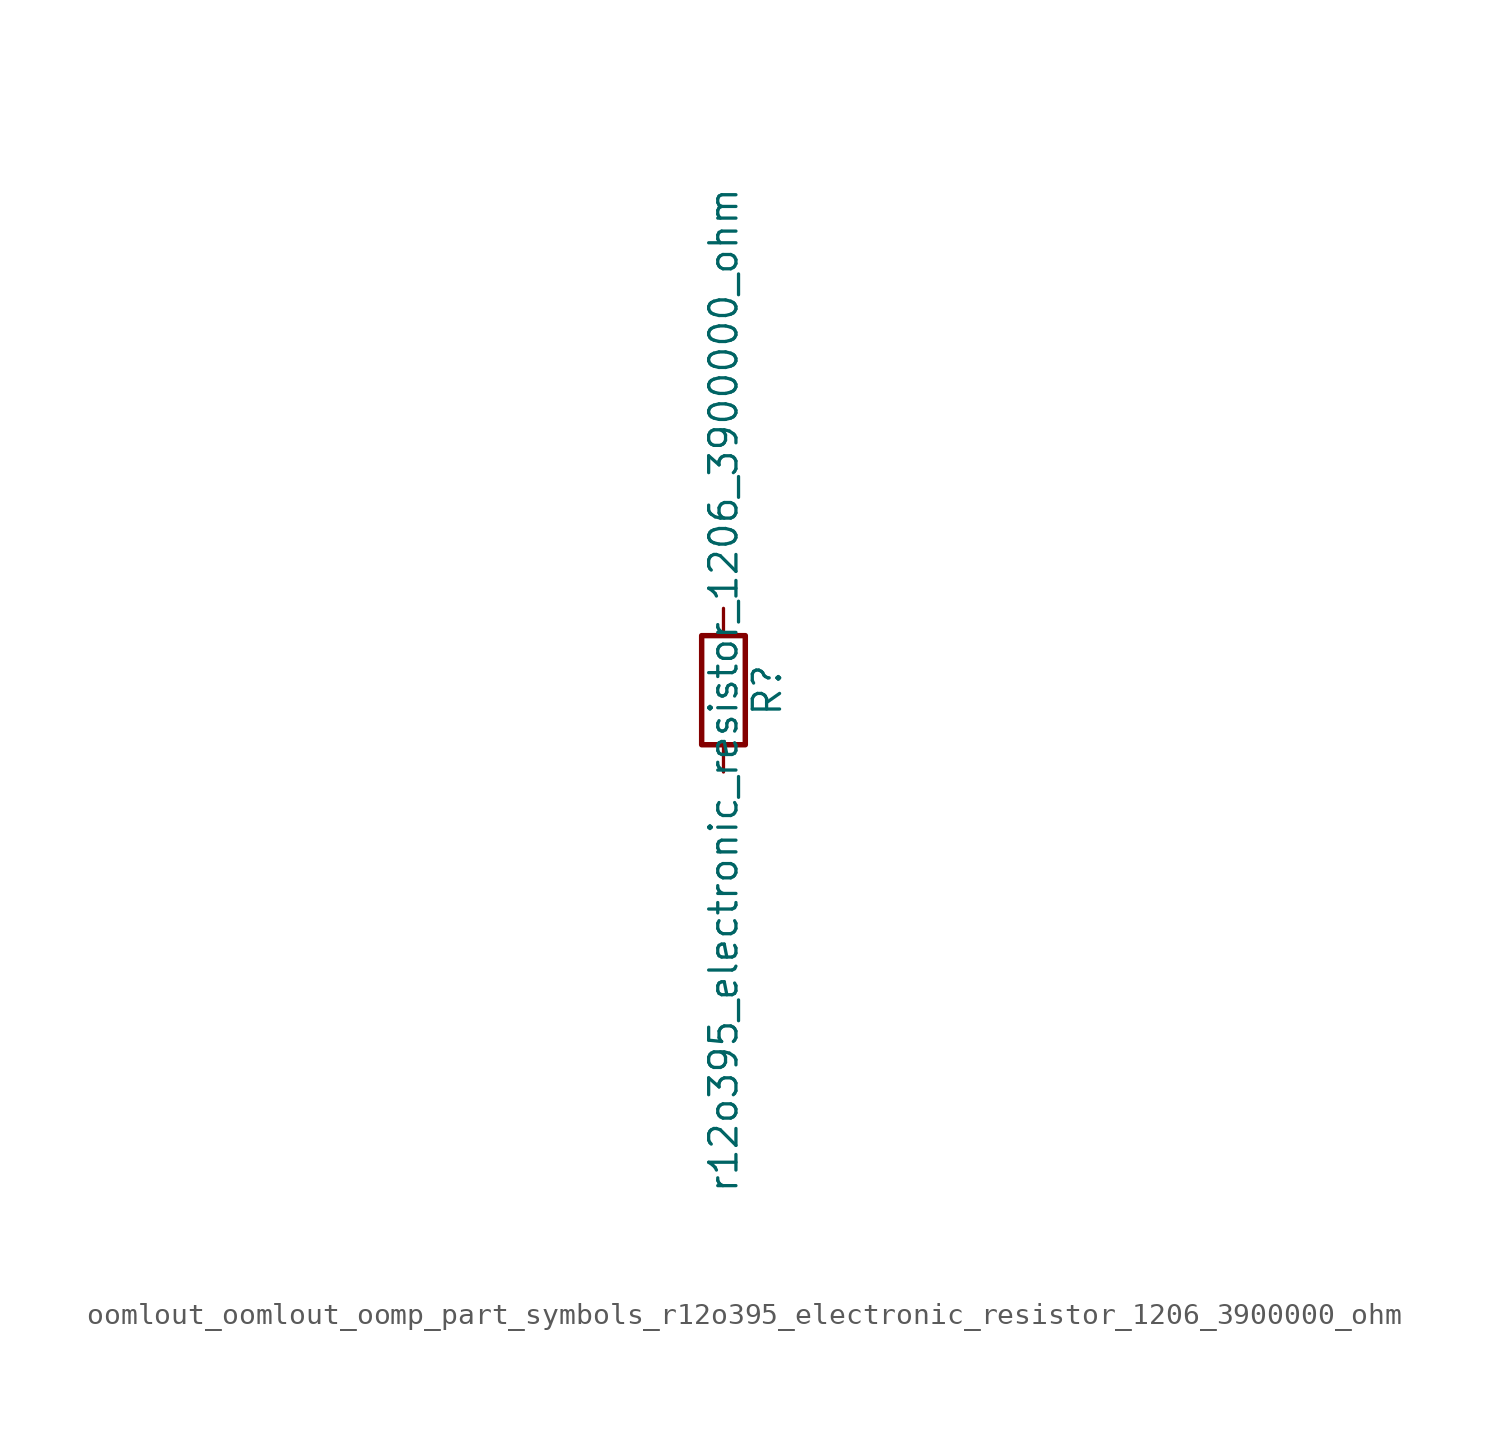
<source format=kicad_sym>
(kicad_symbol_lib
  (version 20220914)
  (generator kicad_symbol_editor)
  (symbol "oomlout_oomlout_oomp_part_symbols_r12o395_electronic_resistor_1206_3900000_ohm"
    (pin_numbers hide)
    (pin_names
      (offset 0))
    (property "Reference" "R"
      (at 2.032 0 90)
      (effects (font (size 1.27 1.27))))
    (property "Value" "r12o395_electronic_resistor_1206_3900000_ohm"
      (at 0 0 90)
      (effects (font (size 1.27 1.27))))
    (symbol "oomlout_oomlout_oomp_part_symbols_r12o395_electronic_resistor_1206_3900000_ohm_0_1"
      (rectangle (start -1.016 -2.54) (end 1.016 2.54) (stroke (width 0.254) (type default)) (fill (type none))))
    (symbol "oomlout_oomlout_oomp_part_symbols_r12o395_electronic_resistor_1206_3900000_ohm_1_1"
      (pin passive line (at 0 3.81 270) (length 1.27) (name "~" (effects (font (size 1.27 1.27)))) (number "1" (effects (font (size 1.27 1.27)))))
      (pin passive line (at 0 -3.81 90) (length 1.27) (name "~" (effects (font (size 1.27 1.27)))) (number "2" (effects (font (size 1.27 1.27))))))))
</source>
